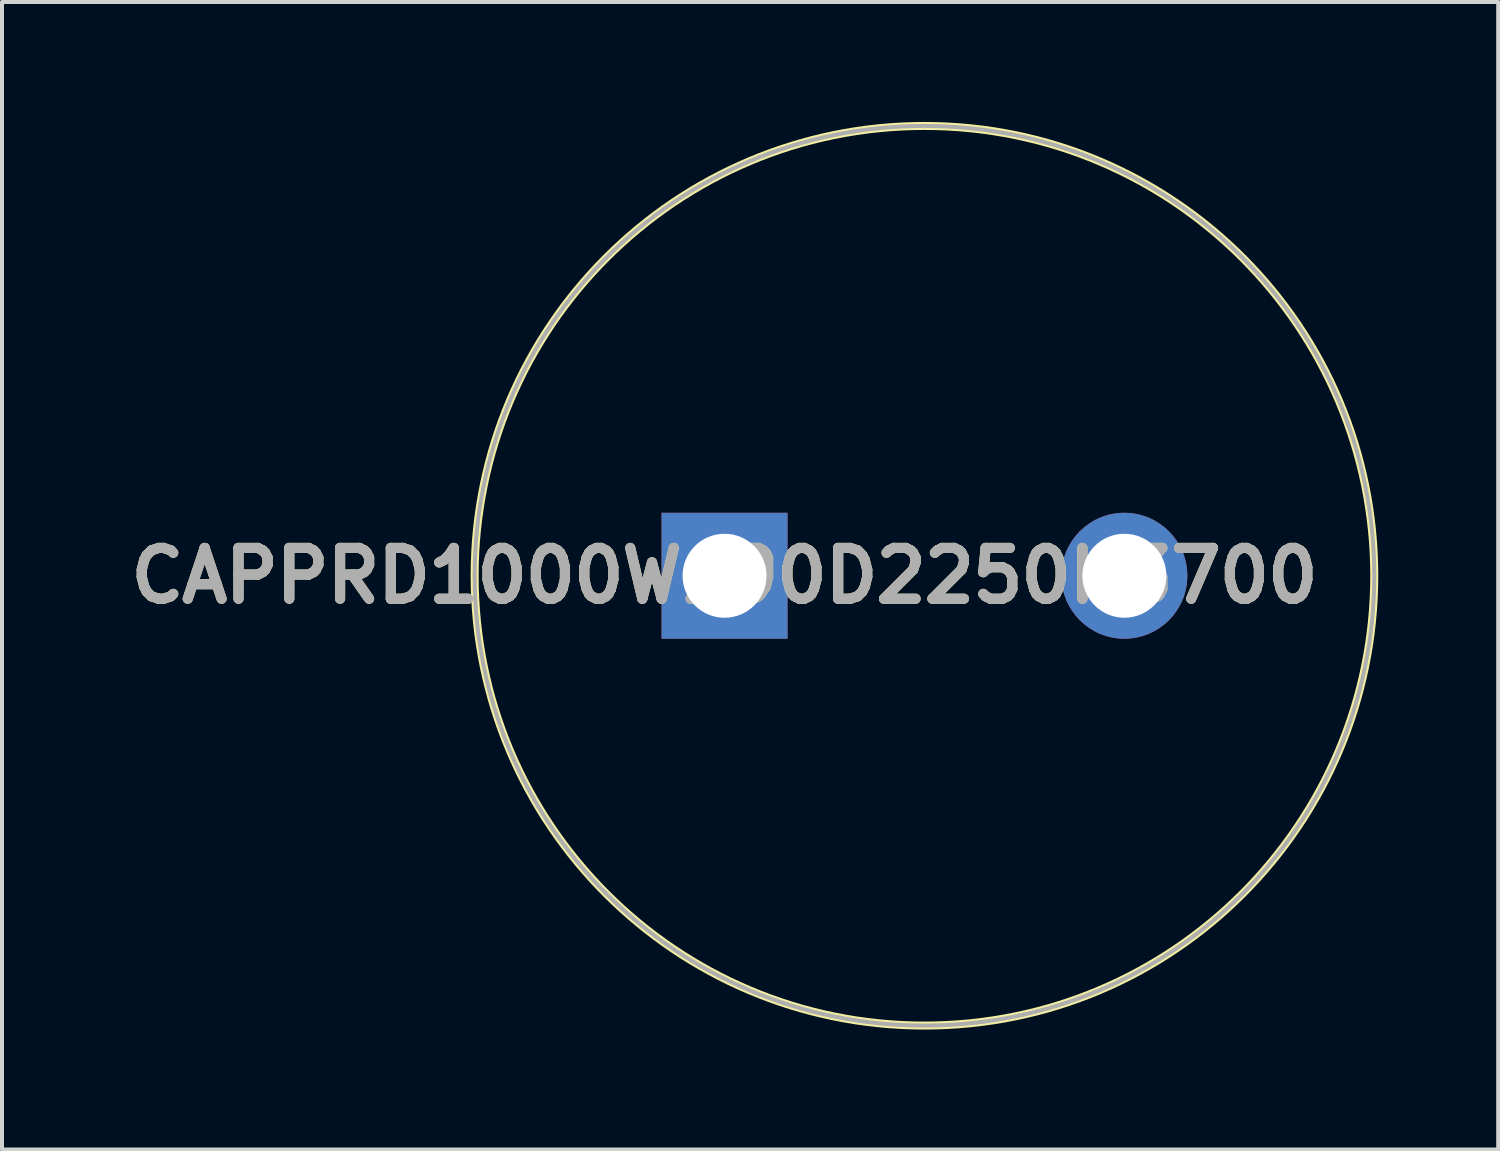
<source format=kicad_pcb>
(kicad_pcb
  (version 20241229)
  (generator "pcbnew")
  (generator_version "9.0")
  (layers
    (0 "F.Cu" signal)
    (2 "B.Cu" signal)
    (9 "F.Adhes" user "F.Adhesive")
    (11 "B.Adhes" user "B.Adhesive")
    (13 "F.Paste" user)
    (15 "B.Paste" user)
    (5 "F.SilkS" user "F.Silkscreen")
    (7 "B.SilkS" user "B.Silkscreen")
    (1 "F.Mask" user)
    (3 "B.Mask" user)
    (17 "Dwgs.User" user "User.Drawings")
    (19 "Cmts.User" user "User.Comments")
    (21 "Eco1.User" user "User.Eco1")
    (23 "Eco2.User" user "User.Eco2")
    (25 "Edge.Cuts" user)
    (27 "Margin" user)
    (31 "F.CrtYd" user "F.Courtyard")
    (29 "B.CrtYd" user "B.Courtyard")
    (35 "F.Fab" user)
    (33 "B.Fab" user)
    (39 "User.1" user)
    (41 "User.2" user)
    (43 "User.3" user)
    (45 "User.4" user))
  (footprint "CAPPRD1000W190D2250H3700"
    (layer "F.Cu")
    (at 15.071 11.35)
    (property "Reference" "CAPPRD1000W190D2250H3700" (at 0 0 0) (layer "F.SilkS") (effects (font (size 1.27 1.27) (thickness 0.254))))
    (attr through_hole)
    (fp_circle (center 5 0) (end 5 11.25) (stroke (width 0.2) (type solid)) (fill no) (layer "F.SilkS"))
    (fp_circle (center 5 0) (end 5 11.25) (stroke (width 0.1) (type solid)) (fill no) (layer "F.Fab"))
    (fp_text user "${REFERENCE}" (at 0 0 0) (layer "F.Fab") (effects (font (size 1.27 1.27) (thickness 0.254))))
    (pad "1" thru_hole rect (at 0 0) (size 3.15 3.15) (drill 2.1) (layers "*.Cu" "*.Mask"))
    (pad "2" thru_hole circle (at 10 0) (size 3.15 3.15) (drill 2.1) (layers "*.Cu" "*.Mask")))
  (gr_rect
    (start -3 -3)
    (end 34.421 25.7)
    (stroke (width 0.1) (type default))
    (fill no)
    (layer "Edge.Cuts")))
</source>
